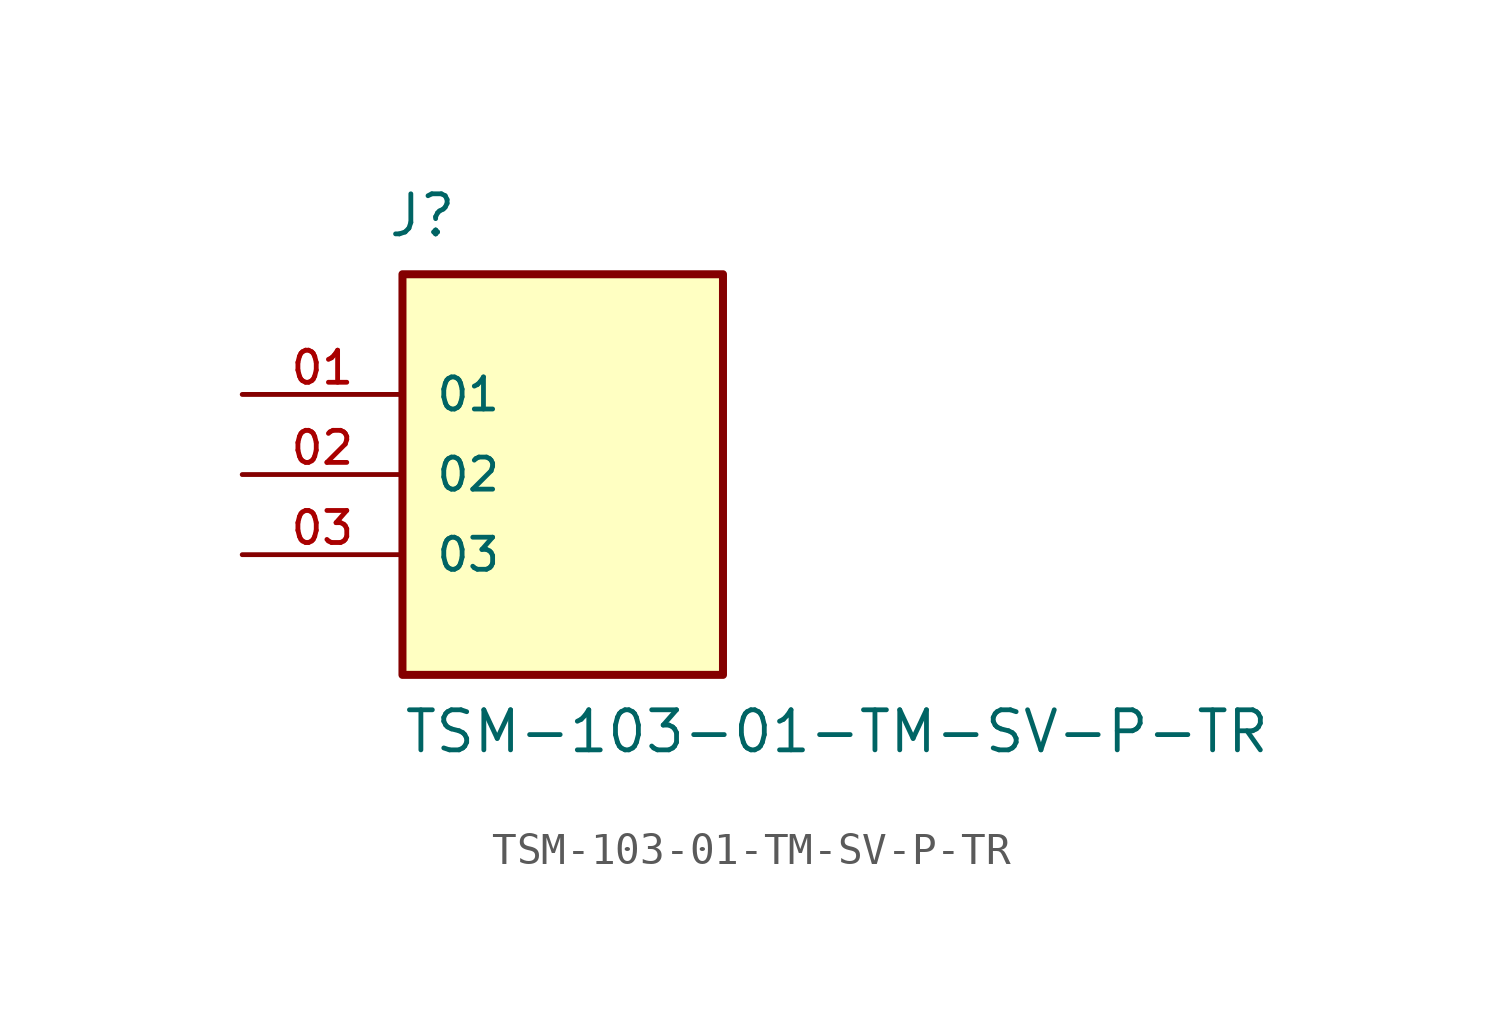
<source format=kicad_sym>
(kicad_symbol_lib
  (version 20211014)
  (generator kicad_symbol_editor)
  (symbol "TSM-103-01-TM-SV-P-TR"
    (pin_names
      (offset 1.016))
    (property "Reference" "J"
      (at -5.58 7.466 0)
      (effects (font (size 1.27 1.27)) (justify bottom left)))
    (property "Value" "TSM-103-01-TM-SV-P-TR"
      (at -5.08 -8.89 0)
      (effects (font (size 1.27 1.27)) (justify bottom left)))
    (symbol "TSM-103-01-TM-SV-P-TR_0_0"
      (rectangle (start -5.08 -6.35) (end 5.08 6.35) (stroke (width 0.254)) (fill (type background)))
      (pin passive line (at -10.16 2.54 0) (length 5.08) (name "01" (effects (font (size 1.016 1.016)))) (number "01" (effects (font (size 1.016 1.016)))))
      (pin passive line (at -10.16 0.0 0) (length 5.08) (name "02" (effects (font (size 1.016 1.016)))) (number "02" (effects (font (size 1.016 1.016)))))
      (pin passive line (at -10.16 -2.54 0) (length 5.08) (name "03" (effects (font (size 1.016 1.016)))) (number "03" (effects (font (size 1.016 1.016))))))))
</source>
